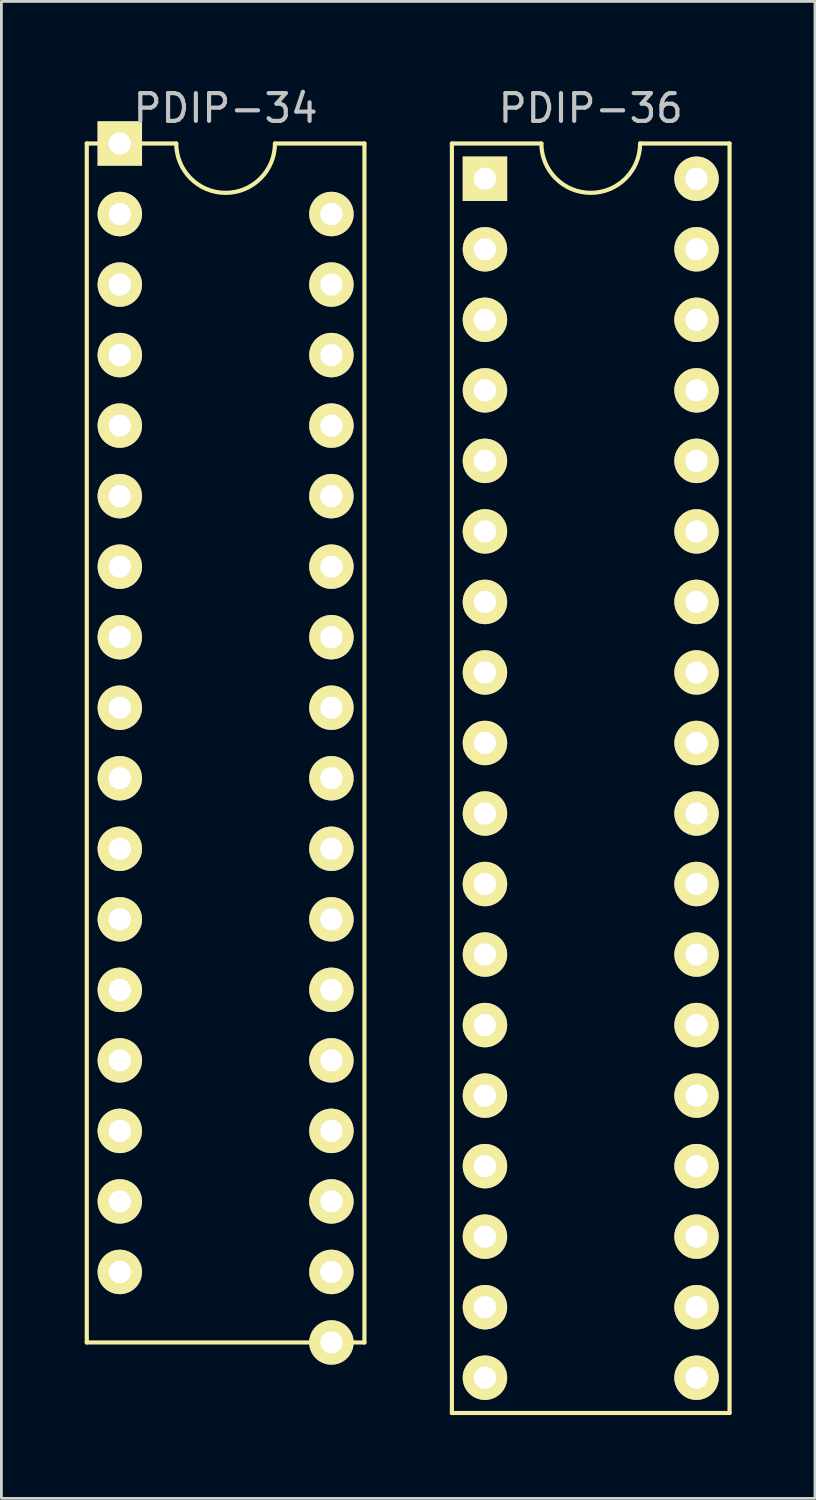
<source format=kicad_pcb>
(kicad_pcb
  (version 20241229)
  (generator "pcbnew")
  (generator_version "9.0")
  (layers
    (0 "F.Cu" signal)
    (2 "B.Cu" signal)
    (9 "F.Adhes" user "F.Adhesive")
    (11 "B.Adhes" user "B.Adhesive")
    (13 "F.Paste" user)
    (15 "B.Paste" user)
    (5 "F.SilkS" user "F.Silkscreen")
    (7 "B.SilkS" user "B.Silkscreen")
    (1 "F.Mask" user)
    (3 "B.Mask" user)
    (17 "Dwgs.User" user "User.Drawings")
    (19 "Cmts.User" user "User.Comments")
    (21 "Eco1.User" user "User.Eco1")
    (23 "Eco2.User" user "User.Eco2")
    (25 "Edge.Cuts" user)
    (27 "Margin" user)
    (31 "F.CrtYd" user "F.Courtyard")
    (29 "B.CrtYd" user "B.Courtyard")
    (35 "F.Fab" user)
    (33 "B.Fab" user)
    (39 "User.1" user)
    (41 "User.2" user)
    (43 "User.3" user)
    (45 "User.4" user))
  (footprint "PDIP-34"
    (layer "F.Cu")
    (at 5.075 23.708)
    (property "Reference" "PDIP-34" (at 0 -22.86 0) (layer "Dwgs.User") (effects (font (size 1 1) (thickness 0.15))))
    (attr through_hole)
    (fp_line (start -5 -21.59) (end -5 21.59) (stroke (width 0.15) (type solid)) (layer "F.SilkS"))
    (fp_line (start -5 21.59) (end 5 21.59) (stroke (width 0.15) (type solid)) (layer "F.SilkS"))
    (fp_line (start -1.778 -21.59) (end -5 -21.59) (stroke (width 0.15) (type solid)) (layer "F.SilkS"))
    (fp_line (start 5 -21.59) (end 1.778 -21.59) (stroke (width 0.15) (type solid)) (layer "F.SilkS"))
    (fp_line (start 5 21.59) (end 5 -21.59) (stroke (width 0.15) (type solid)) (layer "F.SilkS"))
    (fp_arc (start 1.7775 -21.59) (mid 0 -19.8125) (end -1.7775 -21.59) (stroke (width 0.15) (type solid)) (layer "F.SilkS"))
    (pad "1" thru_hole rect (at -3.81 -21.59) (size 1.6 1.6) (drill 0.8) (layers "*.Cu" "*.Mask" "F.SilkS"))
    (pad "2" thru_hole circle (at -3.81 -19.05) (size 1.6 1.6) (drill 0.8) (layers "*.Cu" "*.Mask" "F.SilkS"))
    (pad "3" thru_hole circle (at -3.81 -16.51) (size 1.6 1.6) (drill 0.8) (layers "*.Cu" "*.Mask" "F.SilkS"))
    (pad "4" thru_hole circle (at -3.81 -13.97) (size 1.6 1.6) (drill 0.8) (layers "*.Cu" "*.Mask" "F.SilkS"))
    (pad "5" thru_hole circle (at -3.81 -11.43) (size 1.6 1.6) (drill 0.8) (layers "*.Cu" "*.Mask" "F.SilkS"))
    (pad "6" thru_hole circle (at -3.81 -8.89) (size 1.6 1.6) (drill 0.8) (layers "*.Cu" "*.Mask" "F.SilkS"))
    (pad "7" thru_hole circle (at -3.81 -6.35) (size 1.6 1.6) (drill 0.8) (layers "*.Cu" "*.Mask" "F.SilkS"))
    (pad "8" thru_hole circle (at -3.81 -3.81) (size 1.6 1.6) (drill 0.8) (layers "*.Cu" "*.Mask" "F.SilkS"))
    (pad "9" thru_hole circle (at -3.81 -1.27) (size 1.6 1.6) (drill 0.8) (layers "*.Cu" "*.Mask" "F.SilkS"))
    (pad "10" thru_hole circle (at -3.81 1.27) (size 1.6 1.6) (drill 0.8) (layers "*.Cu" "*.Mask" "F.SilkS"))
    (pad "11" thru_hole circle (at -3.81 3.81) (size 1.6 1.6) (drill 0.8) (layers "*.Cu" "*.Mask" "F.SilkS"))
    (pad "12" thru_hole circle (at -3.81 6.35) (size 1.6 1.6) (drill 0.8) (layers "*.Cu" "*.Mask" "F.SilkS"))
    (pad "13" thru_hole circle (at -3.81 8.89) (size 1.6 1.6) (drill 0.8) (layers "*.Cu" "*.Mask" "F.SilkS"))
    (pad "14" thru_hole circle (at -3.81 11.43) (size 1.6 1.6) (drill 0.8) (layers "*.Cu" "*.Mask" "F.SilkS"))
    (pad "15" thru_hole circle (at -3.81 13.97) (size 1.6 1.6) (drill 0.8) (layers "*.Cu" "*.Mask" "F.SilkS"))
    (pad "16" thru_hole circle (at -3.81 16.51) (size 1.6 1.6) (drill 0.8) (layers "*.Cu" "*.Mask" "F.SilkS"))
    (pad "17" thru_hole circle (at -3.81 19.05) (size 1.6 1.6) (drill 0.8) (layers "*.Cu" "*.Mask" "F.SilkS"))
    (pad "18" thru_hole circle (at 3.81 21.59) (size 1.6 1.6) (drill 0.8) (layers "*.Cu" "*.Mask" "F.SilkS"))
    (pad "19" thru_hole circle (at 3.81 19.05) (size 1.6 1.6) (drill 0.8) (layers "*.Cu" "*.Mask" "F.SilkS"))
    (pad "20" thru_hole circle (at 3.81 16.51) (size 1.6 1.6) (drill 0.8) (layers "*.Cu" "*.Mask" "F.SilkS"))
    (pad "21" thru_hole circle (at 3.81 13.97) (size 1.6 1.6) (drill 0.8) (layers "*.Cu" "*.Mask" "F.SilkS"))
    (pad "22" thru_hole circle (at 3.81 11.43) (size 1.6 1.6) (drill 0.8) (layers "*.Cu" "*.Mask" "F.SilkS"))
    (pad "23" thru_hole circle (at 3.81 8.89) (size 1.6 1.6) (drill 0.8) (layers "*.Cu" "*.Mask" "F.SilkS"))
    (pad "24" thru_hole circle (at 3.81 6.35) (size 1.6 1.6) (drill 0.8) (layers "*.Cu" "*.Mask" "F.SilkS"))
    (pad "25" thru_hole circle (at 3.81 3.81) (size 1.6 1.6) (drill 0.8) (layers "*.Cu" "*.Mask" "F.SilkS"))
    (pad "26" thru_hole circle (at 3.81 1.27) (size 1.6 1.6) (drill 0.8) (layers "*.Cu" "*.Mask" "F.SilkS"))
    (pad "27" thru_hole circle (at 3.81 -1.27) (size 1.6 1.6) (drill 0.8) (layers "*.Cu" "*.Mask" "F.SilkS"))
    (pad "28" thru_hole circle (at 3.81 -3.81) (size 1.6 1.6) (drill 0.8) (layers "*.Cu" "*.Mask" "F.SilkS"))
    (pad "29" thru_hole circle (at 3.81 -6.35) (size 1.6 1.6) (drill 0.8) (layers "*.Cu" "*.Mask" "F.SilkS"))
    (pad "30" thru_hole circle (at 3.81 -8.89) (size 1.6 1.6) (drill 0.8) (layers "*.Cu" "*.Mask" "F.SilkS"))
    (pad "31" thru_hole circle (at 3.81 -11.43) (size 1.6 1.6) (drill 0.8) (layers "*.Cu" "*.Mask" "F.SilkS"))
    (pad "32" thru_hole circle (at 3.81 -13.97) (size 1.6 1.6) (drill 0.8) (layers "*.Cu" "*.Mask" "F.SilkS"))
    (pad "33" thru_hole circle (at 3.81 -16.51) (size 1.6 1.6) (drill 0.8) (layers "*.Cu" "*.Mask" "F.SilkS"))
    (pad "34" thru_hole circle (at 3.81 -19.05) (size 1.6 1.6) (drill 0.8) (layers "*.Cu" "*.Mask" "F.SilkS")))
  (footprint "PDIP-36"
    (layer "F.Cu")
    (at 18.225 24.978)
    (property "Reference" "PDIP-36" (at 0 -24.13 0) (layer "Dwgs.User") (effects (font (size 1 1) (thickness 0.15))))
    (attr through_hole)
    (fp_line (start -5 -22.86) (end -5 22.86) (stroke (width 0.15) (type solid)) (layer "F.SilkS"))
    (fp_line (start -5 22.86) (end 5 22.86) (stroke (width 0.15) (type solid)) (layer "F.SilkS"))
    (fp_line (start -1.778 -22.86) (end -5 -22.86) (stroke (width 0.15) (type solid)) (layer "F.SilkS"))
    (fp_line (start 5 -22.86) (end 1.778 -22.86) (stroke (width 0.15) (type solid)) (layer "F.SilkS"))
    (fp_line (start 5 22.86) (end 5 -22.86) (stroke (width 0.15) (type solid)) (layer "F.SilkS"))
    (fp_arc (start 1.7775 -22.86) (mid 0 -21.0825) (end -1.7775 -22.86) (stroke (width 0.15) (type solid)) (layer "F.SilkS"))
    (pad "1" thru_hole rect (at -3.81 -21.59) (size 1.6 1.6) (drill 0.8) (layers "*.Cu" "*.Mask" "F.SilkS"))
    (pad "2" thru_hole circle (at -3.81 -19.05) (size 1.6 1.6) (drill 0.8) (layers "*.Cu" "*.Mask" "F.SilkS"))
    (pad "3" thru_hole circle (at -3.81 -16.51) (size 1.6 1.6) (drill 0.8) (layers "*.Cu" "*.Mask" "F.SilkS"))
    (pad "4" thru_hole circle (at -3.81 -13.97) (size 1.6 1.6) (drill 0.8) (layers "*.Cu" "*.Mask" "F.SilkS"))
    (pad "5" thru_hole circle (at -3.81 -11.43) (size 1.6 1.6) (drill 0.8) (layers "*.Cu" "*.Mask" "F.SilkS"))
    (pad "6" thru_hole circle (at -3.81 -8.89) (size 1.6 1.6) (drill 0.8) (layers "*.Cu" "*.Mask" "F.SilkS"))
    (pad "7" thru_hole circle (at -3.81 -6.35) (size 1.6 1.6) (drill 0.8) (layers "*.Cu" "*.Mask" "F.SilkS"))
    (pad "8" thru_hole circle (at -3.81 -3.81) (size 1.6 1.6) (drill 0.8) (layers "*.Cu" "*.Mask" "F.SilkS"))
    (pad "9" thru_hole circle (at -3.81 -1.27) (size 1.6 1.6) (drill 0.8) (layers "*.Cu" "*.Mask" "F.SilkS"))
    (pad "10" thru_hole circle (at -3.81 1.27) (size 1.6 1.6) (drill 0.8) (layers "*.Cu" "*.Mask" "F.SilkS"))
    (pad "11" thru_hole circle (at -3.81 3.81) (size 1.6 1.6) (drill 0.8) (layers "*.Cu" "*.Mask" "F.SilkS"))
    (pad "12" thru_hole circle (at -3.81 6.35) (size 1.6 1.6) (drill 0.8) (layers "*.Cu" "*.Mask" "F.SilkS"))
    (pad "13" thru_hole circle (at -3.81 8.89) (size 1.6 1.6) (drill 0.8) (layers "*.Cu" "*.Mask" "F.SilkS"))
    (pad "14" thru_hole circle (at -3.81 11.43) (size 1.6 1.6) (drill 0.8) (layers "*.Cu" "*.Mask" "F.SilkS"))
    (pad "15" thru_hole circle (at -3.81 13.97) (size 1.6 1.6) (drill 0.8) (layers "*.Cu" "*.Mask" "F.SilkS"))
    (pad "16" thru_hole circle (at -3.81 16.51) (size 1.6 1.6) (drill 0.8) (layers "*.Cu" "*.Mask" "F.SilkS"))
    (pad "17" thru_hole circle (at -3.81 19.05) (size 1.6 1.6) (drill 0.8) (layers "*.Cu" "*.Mask" "F.SilkS"))
    (pad "18" thru_hole circle (at -3.81 21.59) (size 1.6 1.6) (drill 0.8) (layers "*.Cu" "*.Mask" "F.SilkS"))
    (pad "19" thru_hole circle (at 3.81 21.59) (size 1.6 1.6) (drill 0.8) (layers "*.Cu" "*.Mask" "F.SilkS"))
    (pad "20" thru_hole circle (at 3.81 19.05) (size 1.6 1.6) (drill 0.8) (layers "*.Cu" "*.Mask" "F.SilkS"))
    (pad "21" thru_hole circle (at 3.81 16.51) (size 1.6 1.6) (drill 0.8) (layers "*.Cu" "*.Mask" "F.SilkS"))
    (pad "22" thru_hole circle (at 3.81 13.97) (size 1.6 1.6) (drill 0.8) (layers "*.Cu" "*.Mask" "F.SilkS"))
    (pad "23" thru_hole circle (at 3.81 11.43) (size 1.6 1.6) (drill 0.8) (layers "*.Cu" "*.Mask" "F.SilkS"))
    (pad "24" thru_hole circle (at 3.81 8.89) (size 1.6 1.6) (drill 0.8) (layers "*.Cu" "*.Mask" "F.SilkS"))
    (pad "25" thru_hole circle (at 3.81 6.35) (size 1.6 1.6) (drill 0.8) (layers "*.Cu" "*.Mask" "F.SilkS"))
    (pad "26" thru_hole circle (at 3.81 3.81) (size 1.6 1.6) (drill 0.8) (layers "*.Cu" "*.Mask" "F.SilkS"))
    (pad "27" thru_hole circle (at 3.81 1.27) (size 1.6 1.6) (drill 0.8) (layers "*.Cu" "*.Mask" "F.SilkS"))
    (pad "28" thru_hole circle (at 3.81 -1.27) (size 1.6 1.6) (drill 0.8) (layers "*.Cu" "*.Mask" "F.SilkS"))
    (pad "29" thru_hole circle (at 3.81 -3.81) (size 1.6 1.6) (drill 0.8) (layers "*.Cu" "*.Mask" "F.SilkS"))
    (pad "30" thru_hole circle (at 3.81 -6.35) (size 1.6 1.6) (drill 0.8) (layers "*.Cu" "*.Mask" "F.SilkS"))
    (pad "31" thru_hole circle (at 3.81 -8.89) (size 1.6 1.6) (drill 0.8) (layers "*.Cu" "*.Mask" "F.SilkS"))
    (pad "32" thru_hole circle (at 3.81 -11.43) (size 1.6 1.6) (drill 0.8) (layers "*.Cu" "*.Mask" "F.SilkS"))
    (pad "33" thru_hole circle (at 3.81 -13.97) (size 1.6 1.6) (drill 0.8) (layers "*.Cu" "*.Mask" "F.SilkS"))
    (pad "34" thru_hole circle (at 3.81 -16.51) (size 1.6 1.6) (drill 0.8) (layers "*.Cu" "*.Mask" "F.SilkS"))
    (pad "35" thru_hole circle (at 3.81 -19.05) (size 1.6 1.6) (drill 0.8) (layers "*.Cu" "*.Mask" "F.SilkS"))
    (pad "36" thru_hole circle (at 3.81 -21.59) (size 1.6 1.6) (drill 0.8) (layers "*.Cu" "*.Mask" "F.SilkS")))
  (gr_rect
    (start -3 -3)
    (end 26.3 50.913)
    (stroke (width 0.1) (type default))
    (fill no)
    (layer "Edge.Cuts")))
</source>
